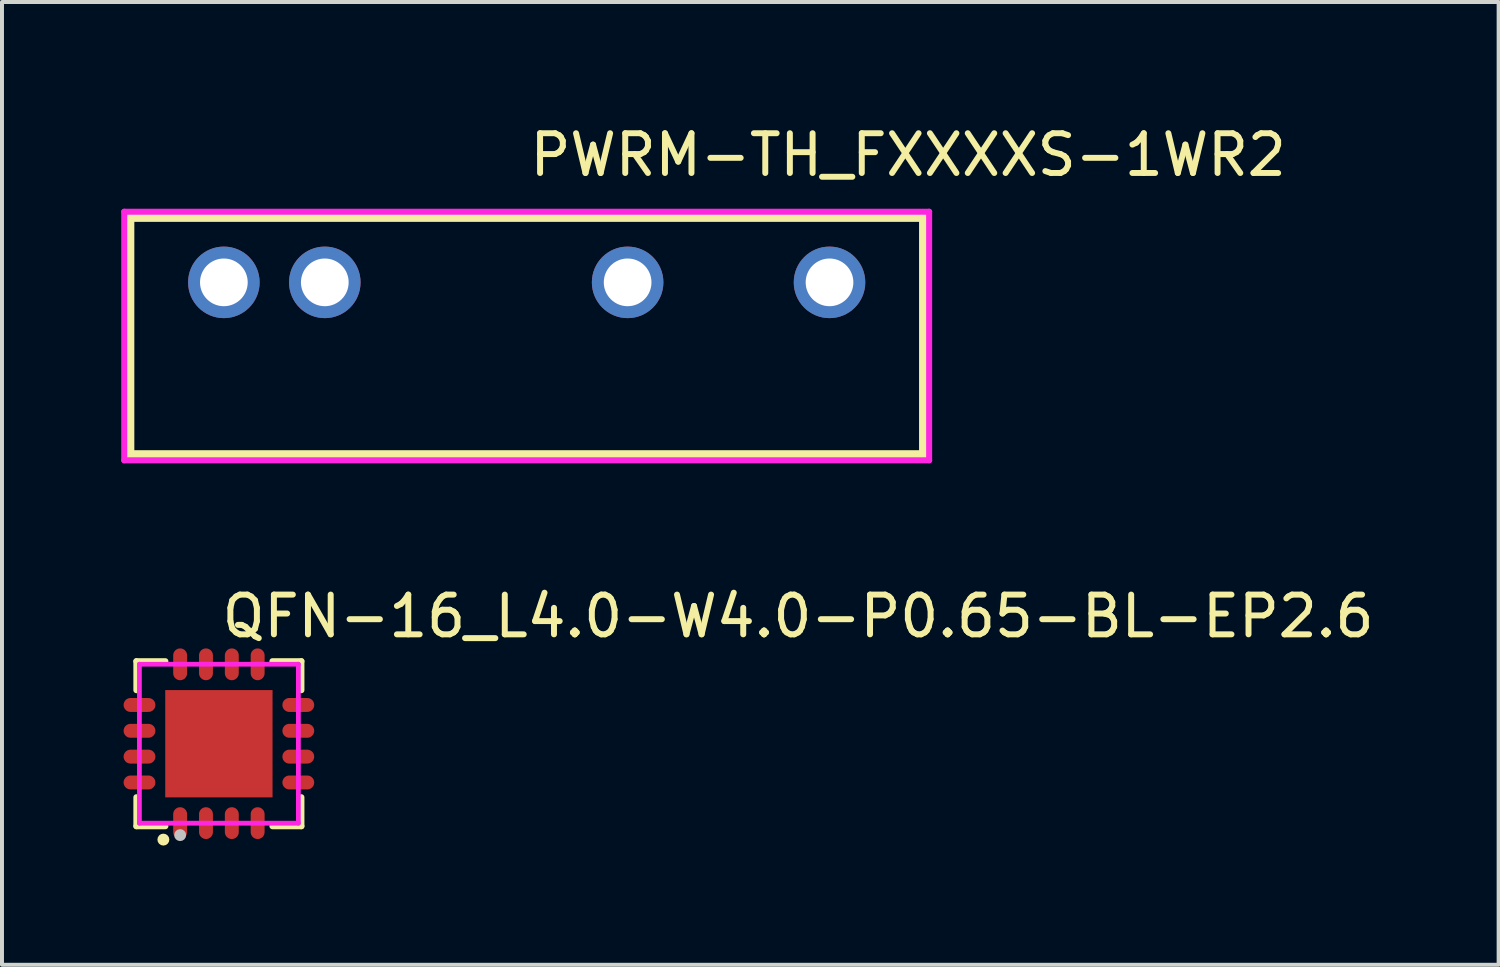
<source format=kicad_pcb>
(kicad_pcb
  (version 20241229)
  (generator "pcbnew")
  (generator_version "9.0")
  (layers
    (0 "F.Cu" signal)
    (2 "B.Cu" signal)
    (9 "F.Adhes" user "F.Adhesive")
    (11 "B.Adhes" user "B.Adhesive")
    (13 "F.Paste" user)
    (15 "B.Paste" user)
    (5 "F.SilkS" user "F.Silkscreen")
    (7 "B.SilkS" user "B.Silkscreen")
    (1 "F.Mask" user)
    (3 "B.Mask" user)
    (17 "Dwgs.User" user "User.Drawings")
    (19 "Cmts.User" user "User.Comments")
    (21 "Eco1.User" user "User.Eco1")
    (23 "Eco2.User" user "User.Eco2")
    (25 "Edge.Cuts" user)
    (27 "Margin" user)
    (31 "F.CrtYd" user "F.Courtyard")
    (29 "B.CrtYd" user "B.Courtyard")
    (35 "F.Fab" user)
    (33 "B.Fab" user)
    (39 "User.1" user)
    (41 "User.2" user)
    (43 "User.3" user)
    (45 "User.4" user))
  (footprint "QFN-16_L4.0-W4.0-P0.65-BL-EP2.6"
    (layer "F.Cu")
    (at 2.458 15.664)
    (property "Reference" "QFN-16_L4.0-W4.0-P0.65-BL-EP2.6" (at 0 -3.207 0) (layer "F.SilkS") (effects (font (size 1 1) (thickness 0.15)) (justify left)))
    (attr through_hole)
    (fp_line (start -2.076 -2.076) (end -1.347 -2.076) (stroke (width 0.152) (type solid)) (layer "F.SilkS"))
    (fp_line (start -2.076 -1.347) (end -2.076 -2.076) (stroke (width 0.152) (type solid)) (layer "F.SilkS"))
    (fp_line (start -2.076 1.347) (end -2.076 2.076) (stroke (width 0.152) (type solid)) (layer "F.SilkS"))
    (fp_line (start -2.076 2.076) (end -1.347 2.076) (stroke (width 0.152) (type solid)) (layer "F.SilkS"))
    (fp_line (start 2.076 -2.076) (end 1.347 -2.076) (stroke (width 0.152) (type solid)) (layer "F.SilkS"))
    (fp_line (start 2.076 -1.347) (end 2.076 -2.076) (stroke (width 0.152) (type solid)) (layer "F.SilkS"))
    (fp_line (start 2.076 1.347) (end 2.076 2.076) (stroke (width 0.152) (type solid)) (layer "F.SilkS"))
    (fp_line (start 2.076 2.076) (end 1.347 2.076) (stroke (width 0.152) (type solid)) (layer "F.SilkS"))
    (fp_circle (center -1.397 2.413) (end -1.322 2.413) (stroke (width 0.15) (type solid)) (fill no) (layer "F.SilkS"))
    (fp_poly (pts (xy -1.1 -1.1) (xy 1.1 -1.1) (xy 1.1 1.1) (xy -1.1 1.1)) (stroke (width 0.12) (type solid)) (fill yes) (layer "F.Paste"))
    (fp_poly (pts (xy -2.223 -0.8) (xy -2.258 -0.803) (xy -2.29 -0.813) (xy -2.321 -0.83) (xy -2.347 -0.851) (xy -2.369 -0.878) (xy -2.385 -0.908) (xy -2.395 -0.941) (xy -2.398 -0.975) (xy -2.395 -1.009) (xy -2.385 -1.042) (xy -2.369 -1.072) (xy -2.347 -1.099) (xy -2.321 -1.121) (xy -2.29 -1.137) (xy -2.258 -1.147) (xy -2.223 -1.15) (xy -1.773 -1.15) (xy -1.739 -1.147) (xy -1.707 -1.137) (xy -1.676 -1.121) (xy -1.65 -1.099) (xy -1.628 -1.072) (xy -1.612 -1.042) (xy -1.602 -1.009) (xy -1.598 -0.975) (xy -1.602 -0.941) (xy -1.612 -0.908) (xy -1.628 -0.878) (xy -1.65 -0.851) (xy -1.676 -0.83) (xy -1.707 -0.813) (xy -1.739 -0.803) (xy -1.773 -0.8)) (stroke (width 0.12) (type solid)) (fill yes) (layer "F.Paste"))
    (fp_poly (pts (xy -2.223 -0.15) (xy -2.258 -0.153) (xy -2.29 -0.163) (xy -2.321 -0.179) (xy -2.347 -0.201) (xy -2.369 -0.228) (xy -2.385 -0.258) (xy -2.395 -0.291) (xy -2.398 -0.325) (xy -2.395 -0.359) (xy -2.385 -0.392) (xy -2.369 -0.422) (xy -2.347 -0.449) (xy -2.321 -0.47) (xy -2.29 -0.487) (xy -2.258 -0.497) (xy -2.223 -0.5) (xy -1.773 -0.5) (xy -1.739 -0.497) (xy -1.707 -0.487) (xy -1.676 -0.47) (xy -1.65 -0.449) (xy -1.628 -0.422) (xy -1.612 -0.392) (xy -1.602 -0.359) (xy -1.598 -0.325) (xy -1.602 -0.291) (xy -1.612 -0.258) (xy -1.628 -0.228) (xy -1.65 -0.201) (xy -1.676 -0.179) (xy -1.707 -0.163) (xy -1.739 -0.153) (xy -1.773 -0.15)) (stroke (width 0.12) (type solid)) (fill yes) (layer "F.Paste"))
    (fp_poly (pts (xy -2.223 0.5) (xy -2.258 0.497) (xy -2.29 0.487) (xy -2.321 0.471) (xy -2.347 0.449) (xy -2.369 0.422) (xy -2.385 0.392) (xy -2.395 0.359) (xy -2.398 0.325) (xy -2.395 0.291) (xy -2.385 0.258) (xy -2.369 0.228) (xy -2.347 0.201) (xy -2.321 0.18) (xy -2.29 0.163) (xy -2.258 0.153) (xy -2.223 0.15) (xy -1.773 0.15) (xy -1.739 0.153) (xy -1.707 0.163) (xy -1.676 0.18) (xy -1.65 0.201) (xy -1.628 0.228) (xy -1.612 0.258) (xy -1.602 0.291) (xy -1.598 0.325) (xy -1.602 0.359) (xy -1.612 0.392) (xy -1.628 0.422) (xy -1.65 0.449) (xy -1.676 0.471) (xy -1.707 0.487) (xy -1.739 0.497) (xy -1.773 0.5)) (stroke (width 0.12) (type solid)) (fill yes) (layer "F.Paste"))
    (fp_poly (pts (xy -2.223 1.15) (xy -2.258 1.147) (xy -2.29 1.137) (xy -2.321 1.121) (xy -2.347 1.099) (xy -2.369 1.072) (xy -2.385 1.042) (xy -2.395 1.009) (xy -2.398 0.975) (xy -2.395 0.941) (xy -2.385 0.908) (xy -2.369 0.878) (xy -2.347 0.851) (xy -2.321 0.83) (xy -2.29 0.813) (xy -2.258 0.803) (xy -2.223 0.8) (xy -1.773 0.8) (xy -1.739 0.803) (xy -1.707 0.813) (xy -1.676 0.83) (xy -1.65 0.851) (xy -1.628 0.878) (xy -1.612 0.908) (xy -1.602 0.941) (xy -1.598 0.975) (xy -1.602 1.009) (xy -1.612 1.042) (xy -1.628 1.072) (xy -1.65 1.099) (xy -1.676 1.121) (xy -1.707 1.137) (xy -1.739 1.147) (xy -1.773 1.15)) (stroke (width 0.12) (type solid)) (fill yes) (layer "F.Paste"))
    (fp_poly (pts (xy -1.15 -2.223) (xy -1.147 -2.258) (xy -1.137 -2.29) (xy -1.121 -2.321) (xy -1.099 -2.347) (xy -1.072 -2.369) (xy -1.042 -2.385) (xy -1.009 -2.395) (xy -0.975 -2.398) (xy -0.941 -2.395) (xy -0.908 -2.385) (xy -0.878 -2.369) (xy -0.851 -2.347) (xy -0.83 -2.321) (xy -0.813 -2.29) (xy -0.803 -2.258) (xy -0.8 -2.223) (xy -0.8 -1.773) (xy -0.803 -1.739) (xy -0.813 -1.707) (xy -0.83 -1.676) (xy -0.851 -1.65) (xy -0.878 -1.628) (xy -0.908 -1.612) (xy -0.941 -1.602) (xy -0.975 -1.598) (xy -1.009 -1.602) (xy -1.042 -1.612) (xy -1.072 -1.628) (xy -1.099 -1.65) (xy -1.121 -1.676) (xy -1.137 -1.707) (xy -1.147 -1.739) (xy -1.15 -1.773)) (stroke (width 0.12) (type solid)) (fill yes) (layer "F.Paste"))
    (fp_poly (pts (xy -1.15 1.773) (xy -1.147 1.739) (xy -1.137 1.707) (xy -1.121 1.676) (xy -1.099 1.65) (xy -1.072 1.628) (xy -1.042 1.612) (xy -1.009 1.602) (xy -0.975 1.598) (xy -0.941 1.602) (xy -0.908 1.612) (xy -0.878 1.628) (xy -0.851 1.65) (xy -0.83 1.676) (xy -0.813 1.707) (xy -0.803 1.739) (xy -0.8 1.773) (xy -0.8 2.223) (xy -0.803 2.258) (xy -0.813 2.29) (xy -0.83 2.321) (xy -0.851 2.347) (xy -0.878 2.369) (xy -0.908 2.385) (xy -0.941 2.395) (xy -0.975 2.398) (xy -1.009 2.395) (xy -1.042 2.385) (xy -1.072 2.369) (xy -1.099 2.347) (xy -1.121 2.321) (xy -1.137 2.29) (xy -1.147 2.258) (xy -1.15 2.223)) (stroke (width 0.12) (type solid)) (fill yes) (layer "F.Paste"))
    (fp_poly (pts (xy -0.5 -2.223) (xy -0.497 -2.258) (xy -0.487 -2.29) (xy -0.47 -2.321) (xy -0.449 -2.347) (xy -0.422 -2.369) (xy -0.392 -2.385) (xy -0.359 -2.395) (xy -0.325 -2.398) (xy -0.291 -2.395) (xy -0.258 -2.385) (xy -0.228 -2.369) (xy -0.201 -2.347) (xy -0.179 -2.321) (xy -0.163 -2.29) (xy -0.153 -2.258) (xy -0.15 -2.223) (xy -0.15 -1.773) (xy -0.153 -1.739) (xy -0.163 -1.707) (xy -0.179 -1.676) (xy -0.201 -1.65) (xy -0.228 -1.628) (xy -0.258 -1.612) (xy -0.291 -1.602) (xy -0.325 -1.598) (xy -0.359 -1.602) (xy -0.392 -1.612) (xy -0.422 -1.628) (xy -0.449 -1.65) (xy -0.47 -1.676) (xy -0.487 -1.707) (xy -0.497 -1.739) (xy -0.5 -1.773)) (stroke (width 0.12) (type solid)) (fill yes) (layer "F.Paste"))
    (fp_poly (pts (xy -0.5 1.773) (xy -0.497 1.739) (xy -0.487 1.707) (xy -0.47 1.676) (xy -0.449 1.65) (xy -0.422 1.628) (xy -0.392 1.612) (xy -0.359 1.602) (xy -0.325 1.598) (xy -0.291 1.602) (xy -0.258 1.612) (xy -0.228 1.628) (xy -0.201 1.65) (xy -0.179 1.676) (xy -0.163 1.707) (xy -0.153 1.739) (xy -0.15 1.773) (xy -0.15 2.223) (xy -0.153 2.258) (xy -0.163 2.29) (xy -0.179 2.321) (xy -0.201 2.347) (xy -0.228 2.369) (xy -0.258 2.385) (xy -0.291 2.395) (xy -0.325 2.398) (xy -0.359 2.395) (xy -0.392 2.385) (xy -0.422 2.369) (xy -0.449 2.347) (xy -0.47 2.321) (xy -0.487 2.29) (xy -0.497 2.258) (xy -0.5 2.223)) (stroke (width 0.12) (type solid)) (fill yes) (layer "F.Paste"))
    (fp_poly (pts (xy 0.15 -2.223) (xy 0.153 -2.258) (xy 0.163 -2.29) (xy 0.18 -2.321) (xy 0.201 -2.347) (xy 0.228 -2.369) (xy 0.258 -2.385) (xy 0.291 -2.395) (xy 0.325 -2.398) (xy 0.359 -2.395) (xy 0.392 -2.385) (xy 0.422 -2.369) (xy 0.449 -2.347) (xy 0.471 -2.321) (xy 0.487 -2.29) (xy 0.497 -2.258) (xy 0.5 -2.223) (xy 0.5 -1.773) (xy 0.497 -1.739) (xy 0.487 -1.707) (xy 0.471 -1.676) (xy 0.449 -1.65) (xy 0.422 -1.628) (xy 0.392 -1.612) (xy 0.359 -1.602) (xy 0.325 -1.598) (xy 0.291 -1.602) (xy 0.258 -1.612) (xy 0.228 -1.628) (xy 0.201 -1.65) (xy 0.18 -1.676) (xy 0.163 -1.707) (xy 0.153 -1.739) (xy 0.15 -1.773)) (stroke (width 0.12) (type solid)) (fill yes) (layer "F.Paste"))
    (fp_poly (pts (xy 0.15 1.773) (xy 0.153 1.739) (xy 0.163 1.707) (xy 0.18 1.676) (xy 0.201 1.65) (xy 0.228 1.628) (xy 0.258 1.612) (xy 0.291 1.602) (xy 0.325 1.598) (xy 0.359 1.602) (xy 0.392 1.612) (xy 0.422 1.628) (xy 0.449 1.65) (xy 0.471 1.676) (xy 0.487 1.707) (xy 0.497 1.739) (xy 0.5 1.773) (xy 0.5 2.223) (xy 0.497 2.258) (xy 0.487 2.29) (xy 0.471 2.321) (xy 0.449 2.347) (xy 0.422 2.369) (xy 0.392 2.385) (xy 0.359 2.395) (xy 0.325 2.398) (xy 0.291 2.395) (xy 0.258 2.385) (xy 0.228 2.369) (xy 0.201 2.347) (xy 0.18 2.321) (xy 0.163 2.29) (xy 0.153 2.258) (xy 0.15 2.223)) (stroke (width 0.12) (type solid)) (fill yes) (layer "F.Paste"))
    (fp_poly (pts (xy 0.8 -2.223) (xy 0.803 -2.258) (xy 0.813 -2.29) (xy 0.83 -2.321) (xy 0.851 -2.347) (xy 0.878 -2.369) (xy 0.908 -2.385) (xy 0.941 -2.395) (xy 0.975 -2.398) (xy 1.009 -2.395) (xy 1.042 -2.385) (xy 1.072 -2.369) (xy 1.099 -2.347) (xy 1.121 -2.321) (xy 1.137 -2.29) (xy 1.147 -2.258) (xy 1.15 -2.223) (xy 1.15 -1.773) (xy 1.147 -1.739) (xy 1.137 -1.707) (xy 1.121 -1.676) (xy 1.099 -1.65) (xy 1.072 -1.628) (xy 1.042 -1.612) (xy 1.009 -1.602) (xy 0.975 -1.598) (xy 0.941 -1.602) (xy 0.908 -1.612) (xy 0.878 -1.628) (xy 0.851 -1.65) (xy 0.83 -1.676) (xy 0.813 -1.707) (xy 0.803 -1.739) (xy 0.8 -1.773)) (stroke (width 0.12) (type solid)) (fill yes) (layer "F.Paste"))
    (fp_poly (pts (xy 0.8 1.773) (xy 0.803 1.739) (xy 0.813 1.707) (xy 0.83 1.676) (xy 0.851 1.65) (xy 0.878 1.628) (xy 0.908 1.612) (xy 0.941 1.602) (xy 0.975 1.598) (xy 1.009 1.602) (xy 1.042 1.612) (xy 1.072 1.628) (xy 1.099 1.65) (xy 1.121 1.676) (xy 1.137 1.707) (xy 1.147 1.739) (xy 1.15 1.773) (xy 1.15 2.223) (xy 1.147 2.258) (xy 1.137 2.29) (xy 1.121 2.321) (xy 1.099 2.347) (xy 1.072 2.369) (xy 1.042 2.385) (xy 1.009 2.395) (xy 0.975 2.398) (xy 0.941 2.395) (xy 0.908 2.385) (xy 0.878 2.369) (xy 0.851 2.347) (xy 0.83 2.321) (xy 0.813 2.29) (xy 0.803 2.258) (xy 0.8 2.223)) (stroke (width 0.12) (type solid)) (fill yes) (layer "F.Paste"))
    (fp_poly (pts (xy 1.773 -0.8) (xy 1.739 -0.803) (xy 1.707 -0.813) (xy 1.676 -0.83) (xy 1.65 -0.851) (xy 1.628 -0.878) (xy 1.612 -0.908) (xy 1.602 -0.941) (xy 1.598 -0.975) (xy 1.602 -1.009) (xy 1.612 -1.042) (xy 1.628 -1.072) (xy 1.65 -1.099) (xy 1.676 -1.121) (xy 1.707 -1.137) (xy 1.739 -1.147) (xy 1.773 -1.15) (xy 2.223 -1.15) (xy 2.258 -1.147) (xy 2.29 -1.137) (xy 2.321 -1.121) (xy 2.347 -1.099) (xy 2.369 -1.072) (xy 2.385 -1.042) (xy 2.395 -1.009) (xy 2.398 -0.975) (xy 2.395 -0.941) (xy 2.385 -0.908) (xy 2.369 -0.878) (xy 2.347 -0.851) (xy 2.321 -0.83) (xy 2.29 -0.813) (xy 2.258 -0.803) (xy 2.223 -0.8)) (stroke (width 0.12) (type solid)) (fill yes) (layer "F.Paste"))
    (fp_poly (pts (xy 1.773 -0.15) (xy 1.739 -0.153) (xy 1.707 -0.163) (xy 1.676 -0.179) (xy 1.65 -0.201) (xy 1.628 -0.228) (xy 1.612 -0.258) (xy 1.602 -0.291) (xy 1.598 -0.325) (xy 1.602 -0.359) (xy 1.612 -0.392) (xy 1.628 -0.422) (xy 1.65 -0.449) (xy 1.676 -0.47) (xy 1.707 -0.487) (xy 1.739 -0.497) (xy 1.773 -0.5) (xy 2.223 -0.5) (xy 2.258 -0.497) (xy 2.29 -0.487) (xy 2.321 -0.47) (xy 2.347 -0.449) (xy 2.369 -0.422) (xy 2.385 -0.392) (xy 2.395 -0.359) (xy 2.398 -0.325) (xy 2.395 -0.291) (xy 2.385 -0.258) (xy 2.369 -0.228) (xy 2.347 -0.201) (xy 2.321 -0.179) (xy 2.29 -0.163) (xy 2.258 -0.153) (xy 2.223 -0.15)) (stroke (width 0.12) (type solid)) (fill yes) (layer "F.Paste"))
    (fp_poly (pts (xy 1.773 0.5) (xy 1.739 0.497) (xy 1.707 0.487) (xy 1.676 0.471) (xy 1.65 0.449) (xy 1.628 0.422) (xy 1.612 0.392) (xy 1.602 0.359) (xy 1.598 0.325) (xy 1.602 0.291) (xy 1.612 0.258) (xy 1.628 0.228) (xy 1.65 0.201) (xy 1.676 0.18) (xy 1.707 0.163) (xy 1.739 0.153) (xy 1.773 0.15) (xy 2.223 0.15) (xy 2.258 0.153) (xy 2.29 0.163) (xy 2.321 0.18) (xy 2.347 0.201) (xy 2.369 0.228) (xy 2.385 0.258) (xy 2.395 0.291) (xy 2.398 0.325) (xy 2.395 0.359) (xy 2.385 0.392) (xy 2.369 0.422) (xy 2.347 0.449) (xy 2.321 0.471) (xy 2.29 0.487) (xy 2.258 0.497) (xy 2.223 0.5)) (stroke (width 0.12) (type solid)) (fill yes) (layer "F.Paste"))
    (fp_poly (pts (xy 1.773 1.15) (xy 1.739 1.147) (xy 1.707 1.137) (xy 1.676 1.121) (xy 1.65 1.099) (xy 1.628 1.072) (xy 1.612 1.042) (xy 1.602 1.009) (xy 1.598 0.975) (xy 1.602 0.941) (xy 1.612 0.908) (xy 1.628 0.878) (xy 1.65 0.851) (xy 1.676 0.83) (xy 1.707 0.813) (xy 1.739 0.803) (xy 1.773 0.8) (xy 2.223 0.8) (xy 2.258 0.803) (xy 2.29 0.813) (xy 2.321 0.83) (xy 2.347 0.851) (xy 2.369 0.878) (xy 2.385 0.908) (xy 2.395 0.941) (xy 2.398 0.975) (xy 2.395 1.009) (xy 2.385 1.042) (xy 2.369 1.072) (xy 2.347 1.099) (xy 2.321 1.121) (xy 2.29 1.137) (xy 2.258 1.147) (xy 2.223 1.15)) (stroke (width 0.12) (type solid)) (fill yes) (layer "F.Paste"))
    (fp_circle (center -0.975 2.3) (end -0.9 2.3) (stroke (width 0.15) (type solid)) (fill no) (layer "Dwgs.User"))
    (fp_circle (center -2 2) (end -1.97 2) (stroke (width 0.06) (type solid)) (fill no) (layer "Eco2.User"))
    (fp_poly (pts (xy -2 -0.825) (xy -2 -1.125) (xy -1.6 -1.125) (xy -1.6 -0.825)) (stroke (width 0.12) (type solid)) (fill no) (layer "Eco2.User"))
    (fp_poly (pts (xy -2 -0.175) (xy -2 -0.475) (xy -1.6 -0.475) (xy -1.6 -0.175)) (stroke (width 0.12) (type solid)) (fill no) (layer "Eco2.User"))
    (fp_poly (pts (xy -2 0.475) (xy -2 0.175) (xy -1.6 0.175) (xy -1.6 0.475)) (stroke (width 0.12) (type solid)) (fill no) (layer "Eco2.User"))
    (fp_poly (pts (xy -2 1.125) (xy -2 0.825) (xy -1.6 0.825) (xy -1.6 1.125)) (stroke (width 0.12) (type solid)) (fill no) (layer "Eco2.User"))
    (fp_poly (pts (xy -1.125 -2) (xy -0.825 -2) (xy -0.825 -1.6) (xy -1.125 -1.6)) (stroke (width 0.12) (type solid)) (fill no) (layer "Eco2.User"))
    (fp_poly (pts (xy -0.825 2) (xy -1.125 2) (xy -1.125 1.6) (xy -0.825 1.6)) (stroke (width 0.12) (type solid)) (fill no) (layer "Eco2.User"))
    (fp_poly (pts (xy -0.475 -2) (xy -0.175 -2) (xy -0.175 -1.6) (xy -0.475 -1.6)) (stroke (width 0.12) (type solid)) (fill no) (layer "Eco2.User"))
    (fp_poly (pts (xy -0.175 2) (xy -0.475 2) (xy -0.475 1.6) (xy -0.175 1.6)) (stroke (width 0.12) (type solid)) (fill no) (layer "Eco2.User"))
    (fp_poly (pts (xy 0.175 -2) (xy 0.475 -2) (xy 0.475 -1.6) (xy 0.175 -1.6)) (stroke (width 0.12) (type solid)) (fill no) (layer "Eco2.User"))
    (fp_poly (pts (xy 0.475 2) (xy 0.175 2) (xy 0.175 1.6) (xy 0.475 1.6)) (stroke (width 0.12) (type solid)) (fill no) (layer "Eco2.User"))
    (fp_poly (pts (xy 0.825 -2) (xy 1.125 -2) (xy 1.125 -1.6) (xy 0.825 -1.6)) (stroke (width 0.12) (type solid)) (fill no) (layer "Eco2.User"))
    (fp_poly (pts (xy 1.125 2) (xy 0.825 2) (xy 0.825 1.6) (xy 1.125 1.6)) (stroke (width 0.12) (type solid)) (fill no) (layer "Eco2.User"))
    (fp_poly (pts (xy 2 -1.125) (xy 2 -0.825) (xy 1.6 -0.825) (xy 1.6 -1.125)) (stroke (width 0.12) (type solid)) (fill no) (layer "Eco2.User"))
    (fp_poly (pts (xy 2 -0.475) (xy 2 -0.175) (xy 1.6 -0.175) (xy 1.6 -0.475)) (stroke (width 0.12) (type solid)) (fill no) (layer "Eco2.User"))
    (fp_poly (pts (xy 2 0.175) (xy 2 0.475) (xy 1.6 0.475) (xy 1.6 0.175)) (stroke (width 0.12) (type solid)) (fill no) (layer "Eco2.User"))
    (fp_poly (pts (xy 2 0.825) (xy 2 1.125) (xy 1.6 1.125) (xy 1.6 0.825)) (stroke (width 0.12) (type solid)) (fill no) (layer "Eco2.User"))
    (fp_poly (pts (xy -1.3 -1.3) (xy 1.3 -1.3) (xy 1.3 1.3) (xy -1 1.3) (xy -1.3 1)) (stroke (width 0.12) (type solid)) (fill no) (layer "Eco2.User"))
    (fp_line (start -2 -2) (end 2 -2) (stroke (width 0.12) (type solid)) (layer "F.CrtYd"))
    (fp_line (start -2 2) (end -2 -2) (stroke (width 0.12) (type solid)) (layer "F.CrtYd"))
    (fp_line (start 2 -2) (end 2 2) (stroke (width 0.12) (type solid)) (layer "F.CrtYd"))
    (fp_line (start 2 2) (end -2 2) (stroke (width 0.12) (type solid)) (layer "F.CrtYd"))
    (pad "1" smd oval (at -0.975 1.998) (size 0.35 0.8) (layers "F.Cu" "F.Mask" "F.Paste"))
    (pad "2" smd oval (at -0.325 1.998) (size 0.35 0.8) (layers "F.Cu" "F.Mask" "F.Paste"))
    (pad "3" smd oval (at 0.325 1.998) (size 0.35 0.8) (layers "F.Cu" "F.Mask" "F.Paste"))
    (pad "4" smd oval (at 0.975 1.998) (size 0.35 0.8) (layers "F.Cu" "F.Mask" "F.Paste"))
    (pad "5" smd oval (at 1.998 0.975) (size 0.8 0.35) (layers "F.Cu" "F.Mask" "F.Paste"))
    (pad "6" smd oval (at 1.998 0.325) (size 0.8 0.35) (layers "F.Cu" "F.Mask" "F.Paste"))
    (pad "7" smd oval (at 1.998 -0.325) (size 0.8 0.35) (layers "F.Cu" "F.Mask" "F.Paste"))
    (pad "8" smd oval (at 1.998 -0.975) (size 0.8 0.35) (layers "F.Cu" "F.Mask" "F.Paste"))
    (pad "9" smd oval (at 0.975 -1.998) (size 0.35 0.8) (layers "F.Cu" "F.Mask" "F.Paste"))
    (pad "10" smd oval (at 0.325 -1.998) (size 0.35 0.8) (layers "F.Cu" "F.Mask" "F.Paste"))
    (pad "11" smd oval (at -0.325 -1.998) (size 0.35 0.8) (layers "F.Cu" "F.Mask" "F.Paste"))
    (pad "12" smd oval (at -0.975 -1.998) (size 0.35 0.8) (layers "F.Cu" "F.Mask" "F.Paste"))
    (pad "13" smd oval (at -1.998 -0.975) (size 0.8 0.35) (layers "F.Cu" "F.Mask" "F.Paste"))
    (pad "14" smd oval (at -1.998 -0.325) (size 0.8 0.35) (layers "F.Cu" "F.Mask" "F.Paste"))
    (pad "15" smd oval (at -1.998 0.325) (size 0.8 0.35) (layers "F.Cu" "F.Mask" "F.Paste"))
    (pad "16" smd oval (at -1.998 0.975) (size 0.8 0.35) (layers "F.Cu" "F.Mask" "F.Paste"))
    (pad "17" smd rect (at 0 0) (size 2.7 2.7) (layers "F.Cu" "F.Mask" "F.Paste")))
  (footprint "PWRM-TH_FXXXXS-1WR2"
    (layer "F.Cu")
    (at 10.203 4.055)
    (property "Reference" "PWRM-TH_FXXXXS-1WR2" (at 0 -3.207 0) (layer "F.SilkS") (effects (font (size 1 1) (thickness 0.15)) (justify left)))
    (attr through_hole)
    (fp_line (start -10 -1.65) (end 10 -1.65) (stroke (width 0.254) (type solid)) (layer "F.SilkS"))
    (fp_line (start -10 4.35) (end -10 -1.65) (stroke (width 0.254) (type solid)) (layer "F.SilkS"))
    (fp_line (start 10 -1.65) (end 10 4.35) (stroke (width 0.254) (type solid)) (layer "F.SilkS"))
    (fp_line (start 10 4.35) (end -10 4.35) (stroke (width 0.254) (type solid)) (layer "F.SilkS"))
    (fp_line (start -10.127 -1.777) (end 10.127 -1.777) (stroke (width 0.152) (type solid)) (layer "F.CrtYd"))
    (fp_line (start -10.127 4.477) (end -10.127 -1.777) (stroke (width 0.152) (type solid)) (layer "F.CrtYd"))
    (fp_line (start 10.127 -1.777) (end 10.127 4.477) (stroke (width 0.152) (type solid)) (layer "F.CrtYd"))
    (fp_line (start 10.127 4.477) (end -10.127 4.477) (stroke (width 0.152) (type solid)) (layer "F.CrtYd"))
    (pad "1" thru_hole circle (at -7.62 0) (size 1.8 1.8) (drill oval 1.2) (layers "*.Cu" "*.Mask"))
    (pad "2" thru_hole circle (at -5.08 0) (size 1.8 1.8) (drill oval 1.2) (layers "*.Cu" "*.Mask"))
    (pad "5" thru_hole circle (at 2.54 0) (size 1.8 1.8) (drill oval 1.2) (layers "*.Cu" "*.Mask"))
    (pad "7" thru_hole circle (at 7.62 0) (size 1.8 1.8) (drill oval 1.2) (layers "*.Cu" "*.Mask")))
  (gr_rect
    (start -3 -3)
    (end 34.66 21.227)
    (stroke (width 0.1) (type default))
    (fill no)
    (layer "Edge.Cuts")))
</source>
